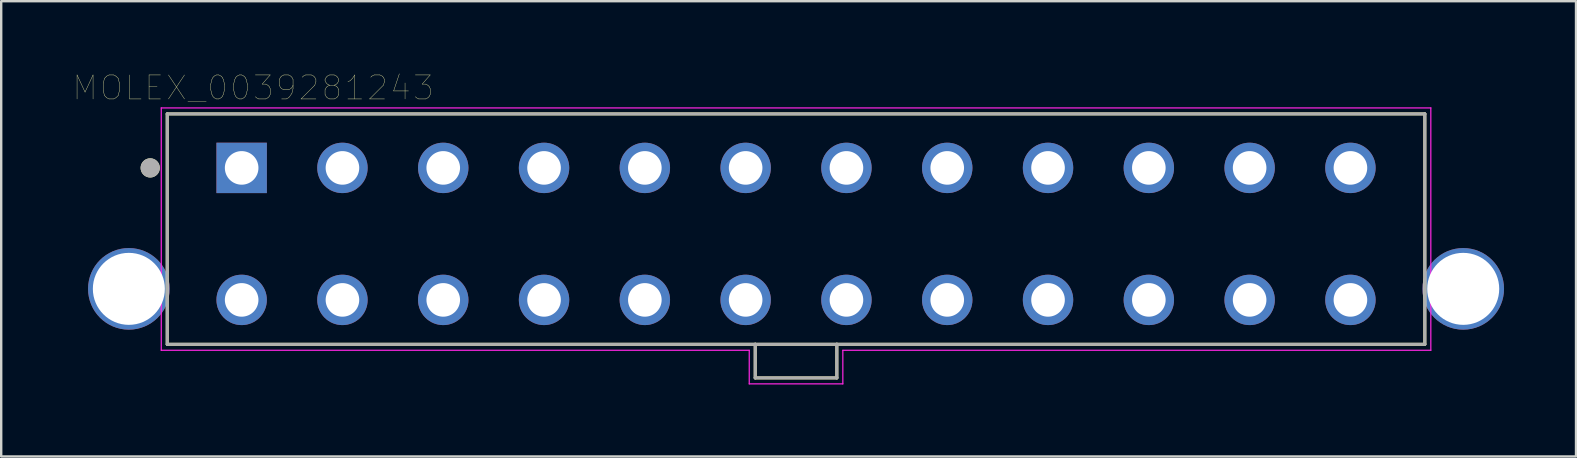
<source format=kicad_pcb>
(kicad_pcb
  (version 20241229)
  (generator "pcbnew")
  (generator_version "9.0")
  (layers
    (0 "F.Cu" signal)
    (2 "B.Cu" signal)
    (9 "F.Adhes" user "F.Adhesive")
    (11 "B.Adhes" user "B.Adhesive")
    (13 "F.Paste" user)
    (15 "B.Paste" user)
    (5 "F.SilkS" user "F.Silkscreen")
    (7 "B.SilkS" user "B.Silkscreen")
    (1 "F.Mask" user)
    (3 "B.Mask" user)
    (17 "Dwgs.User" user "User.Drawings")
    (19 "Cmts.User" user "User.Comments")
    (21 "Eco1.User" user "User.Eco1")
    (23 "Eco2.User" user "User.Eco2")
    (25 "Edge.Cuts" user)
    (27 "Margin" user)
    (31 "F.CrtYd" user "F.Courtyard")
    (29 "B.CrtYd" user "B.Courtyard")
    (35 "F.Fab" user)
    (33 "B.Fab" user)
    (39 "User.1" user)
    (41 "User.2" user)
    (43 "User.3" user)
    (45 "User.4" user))
  (footprint "MOLEX_0039281243"
    (layer "F.Cu")
    (at 7.019 3.946)
    (property "Reference" "MOLEX_0039281243" (at 0.475 -3.335 0) (layer "F.SilkS") (effects (font (size 1 1) (thickness 0.015))))
    (attr through_hole)
    (fp_line (start -3.1 -2.25) (end -3.1 7.35) (stroke (width 0.127) (type solid)) (layer "F.SilkS"))
    (fp_line (start -3.1 7.35) (end 21.4 7.35) (stroke (width 0.127) (type solid)) (layer "F.SilkS"))
    (fp_line (start 21.4 7.35) (end 24.8 7.35) (stroke (width 0.127) (type solid)) (layer "F.SilkS"))
    (fp_line (start 21.4 8.75) (end 21.4 7.35) (stroke (width 0.127) (type solid)) (layer "F.SilkS"))
    (fp_line (start 21.4 8.75) (end 24.8 8.75) (stroke (width 0.127) (type solid)) (layer "F.SilkS"))
    (fp_line (start 24.8 7.35) (end 49.3 7.35) (stroke (width 0.127) (type solid)) (layer "F.SilkS"))
    (fp_line (start 24.8 8.75) (end 24.8 7.35) (stroke (width 0.127) (type solid)) (layer "F.SilkS"))
    (fp_line (start 49.3 -2.25) (end -3.1 -2.25) (stroke (width 0.127) (type solid)) (layer "F.SilkS"))
    (fp_line (start 49.3 7.35) (end 49.3 -2.25) (stroke (width 0.127) (type solid)) (layer "F.SilkS"))
    (fp_circle (center -3.81 0) (end -3.61 0) (stroke (width 0.4) (type solid)) (fill no) (layer "F.SilkS"))
    (fp_line (start -3.35 -2.5) (end 49.55 -2.5) (stroke (width 0.05) (type solid)) (layer "F.CrtYd"))
    (fp_line (start -3.35 7.6) (end -3.35 -2.5) (stroke (width 0.05) (type solid)) (layer "F.CrtYd"))
    (fp_line (start -3.35 7.6) (end 21.15 7.6) (stroke (width 0.05) (type solid)) (layer "F.CrtYd"))
    (fp_line (start 21.15 7.6) (end 21.15 9) (stroke (width 0.05) (type solid)) (layer "F.CrtYd"))
    (fp_line (start 21.15 9) (end 25.05 9) (stroke (width 0.05) (type solid)) (layer "F.CrtYd"))
    (fp_line (start 25.05 7.6) (end 49.55 7.6) (stroke (width 0.05) (type solid)) (layer "F.CrtYd"))
    (fp_line (start 25.05 9) (end 25.05 7.6) (stroke (width 0.05) (type solid)) (layer "F.CrtYd"))
    (fp_line (start 49.55 -2.5) (end 49.55 7.6) (stroke (width 0.05) (type solid)) (layer "F.CrtYd"))
    (fp_line (start -3.1 -2.25) (end -3.1 7.35) (stroke (width 0.127) (type solid)) (layer "F.Fab"))
    (fp_line (start -3.1 7.35) (end 21.4 7.35) (stroke (width 0.127) (type solid)) (layer "F.Fab"))
    (fp_line (start 21.4 7.35) (end 24.8 7.35) (stroke (width 0.127) (type solid)) (layer "F.Fab"))
    (fp_line (start 21.4 8.75) (end 21.4 7.35) (stroke (width 0.127) (type solid)) (layer "F.Fab"))
    (fp_line (start 21.4 8.75) (end 24.8 8.75) (stroke (width 0.127) (type solid)) (layer "F.Fab"))
    (fp_line (start 24.8 7.35) (end 49.3 7.35) (stroke (width 0.127) (type solid)) (layer "F.Fab"))
    (fp_line (start 24.8 8.75) (end 24.8 7.35) (stroke (width 0.127) (type solid)) (layer "F.Fab"))
    (fp_line (start 49.3 -2.25) (end -3.1 -2.25) (stroke (width 0.127) (type solid)) (layer "F.Fab"))
    (fp_line (start 49.3 7.35) (end 49.3 -2.25) (stroke (width 0.127) (type solid)) (layer "F.Fab"))
    (fp_circle (center -3.81 0) (end -3.61 0) (stroke (width 0.4) (type solid)) (fill no) (layer "F.Fab"))
    (pad "" np_thru_hole circle (at -4.7 5.04) (size 3.4 3.4) (drill 3) (layers "*.Cu" "*.Mask"))
    (pad "" np_thru_hole circle (at 50.9 5.04) (size 3.4 3.4) (drill 3) (layers "*.Cu" "*.Mask"))
    (pad "1" thru_hole rect (at 0 0) (size 2.1 2.1) (drill 1.4) (layers "*.Cu" "*.Mask"))
    (pad "2" thru_hole circle (at 4.2 0) (size 2.1 2.1) (drill 1.4) (layers "*.Cu" "*.Mask"))
    (pad "3" thru_hole circle (at 8.4 0) (size 2.1 2.1) (drill 1.4) (layers "*.Cu" "*.Mask"))
    (pad "4" thru_hole circle (at 12.6 0) (size 2.1 2.1) (drill 1.4) (layers "*.Cu" "*.Mask"))
    (pad "5" thru_hole circle (at 16.8 0) (size 2.1 2.1) (drill 1.4) (layers "*.Cu" "*.Mask"))
    (pad "6" thru_hole circle (at 21 0) (size 2.1 2.1) (drill 1.4) (layers "*.Cu" "*.Mask"))
    (pad "7" thru_hole circle (at 25.2 0) (size 2.1 2.1) (drill 1.4) (layers "*.Cu" "*.Mask"))
    (pad "8" thru_hole circle (at 29.4 0) (size 2.1 2.1) (drill 1.4) (layers "*.Cu" "*.Mask"))
    (pad "9" thru_hole circle (at 33.6 0) (size 2.1 2.1) (drill 1.4) (layers "*.Cu" "*.Mask"))
    (pad "10" thru_hole circle (at 37.8 0) (size 2.1 2.1) (drill 1.4) (layers "*.Cu" "*.Mask"))
    (pad "11" thru_hole circle (at 42 0) (size 2.1 2.1) (drill 1.4) (layers "*.Cu" "*.Mask"))
    (pad "12" thru_hole circle (at 46.2 0) (size 2.1 2.1) (drill 1.4) (layers "*.Cu" "*.Mask"))
    (pad "13" thru_hole circle (at 0 5.5) (size 2.1 2.1) (drill 1.4) (layers "*.Cu" "*.Mask"))
    (pad "14" thru_hole circle (at 4.2 5.5) (size 2.1 2.1) (drill 1.4) (layers "*.Cu" "*.Mask"))
    (pad "15" thru_hole circle (at 8.4 5.5) (size 2.1 2.1) (drill 1.4) (layers "*.Cu" "*.Mask"))
    (pad "16" thru_hole circle (at 12.6 5.5) (size 2.1 2.1) (drill 1.4) (layers "*.Cu" "*.Mask"))
    (pad "17" thru_hole circle (at 16.8 5.5) (size 2.1 2.1) (drill 1.4) (layers "*.Cu" "*.Mask"))
    (pad "18" thru_hole circle (at 21 5.5) (size 2.1 2.1) (drill 1.4) (layers "*.Cu" "*.Mask"))
    (pad "19" thru_hole circle (at 25.2 5.5) (size 2.1 2.1) (drill 1.4) (layers "*.Cu" "*.Mask"))
    (pad "20" thru_hole circle (at 29.4 5.5) (size 2.1 2.1) (drill 1.4) (layers "*.Cu" "*.Mask"))
    (pad "21" thru_hole circle (at 33.6 5.5) (size 2.1 2.1) (drill 1.4) (layers "*.Cu" "*.Mask"))
    (pad "22" thru_hole circle (at 37.8 5.5) (size 2.1 2.1) (drill 1.4) (layers "*.Cu" "*.Mask"))
    (pad "23" thru_hole circle (at 42 5.5) (size 2.1 2.1) (drill 1.4) (layers "*.Cu" "*.Mask"))
    (pad "24" thru_hole circle (at 46.2 5.5) (size 2.1 2.1) (drill 1.4) (layers "*.Cu" "*.Mask")))
  (gr_rect
    (start -3 -3)
    (end 62.619 15.971)
    (stroke (width 0.1) (type default))
    (fill no)
    (layer "Edge.Cuts")))
</source>
